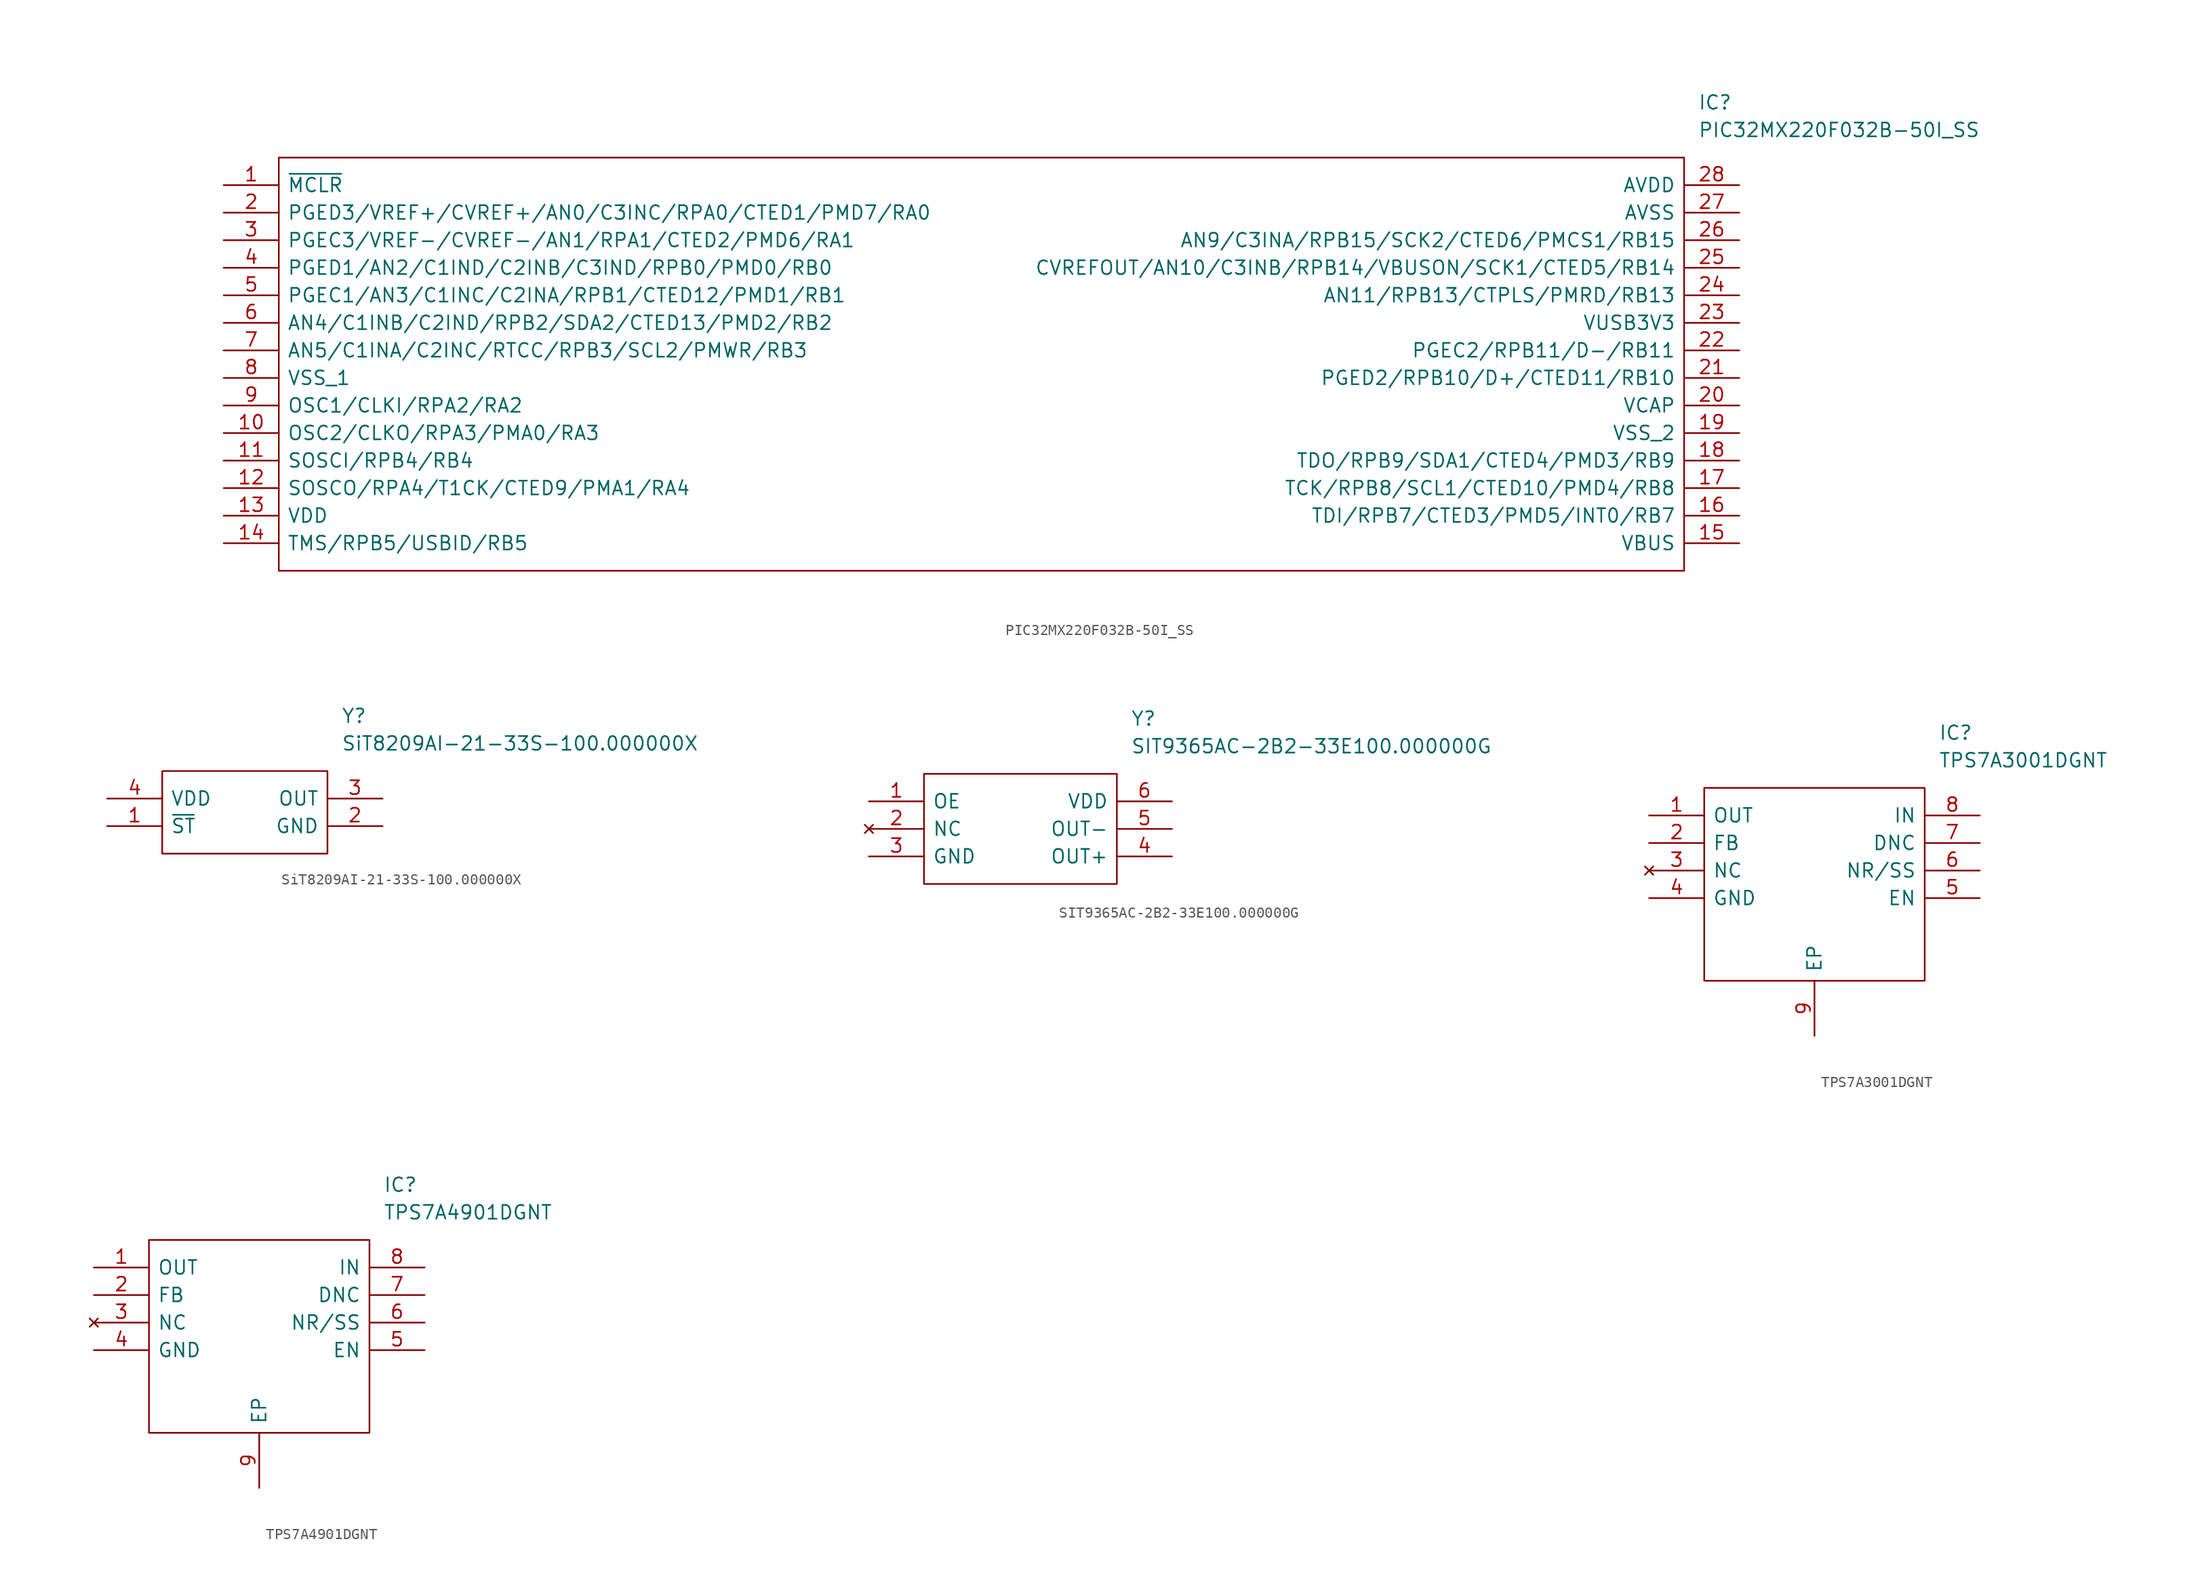
<source format=kicad_sym>
(kicad_symbol_lib
  (version 20211014)
  (generator kicad_symbol_editor)
  (symbol "PIC32MX220F032B-50I_SS"
    (pin_names
      (offset 0.762))
    (property "Reference" "IC"
      (at 135.89 7.62 0)
      (effects (font (size 1.27 1.27)) (justify left)))
    (property "Value" "PIC32MX220F032B-50I_SS"
      (at 135.89 5.08 0)
      (effects (font (size 1.27 1.27)) (justify left)))
    (symbol "PIC32MX220F032B-50I_SS_0_0"
      (pin passive line (at 0 0 0) (length 5.08) (name "~{MCLR}" (effects (font (size 1.27 1.27)))) (number "1" (effects (font (size 1.27 1.27)))))
      (pin output line (at 0 -22.86 0) (length 5.08) (name "OSC2/CLKO/RPA3/PMA0/RA3" (effects (font (size 1.27 1.27)))) (number "10" (effects (font (size 1.27 1.27)))))
      (pin passive line (at 0 -25.4 0) (length 5.08) (name "SOSCI/RPB4/RB4" (effects (font (size 1.27 1.27)))) (number "11" (effects (font (size 1.27 1.27)))))
      (pin passive line (at 0 -27.94 0) (length 5.08) (name "SOSCO/RPA4/T1CK/CTED9/PMA1/RA4" (effects (font (size 1.27 1.27)))) (number "12" (effects (font (size 1.27 1.27)))))
      (pin power_in line (at 0 -30.48 0) (length 5.08) (name "VDD" (effects (font (size 1.27 1.27)))) (number "13" (effects (font (size 1.27 1.27)))))
      (pin passive line (at 0 -33.02 0) (length 5.08) (name "TMS/RPB5/USBID/RB5" (effects (font (size 1.27 1.27)))) (number "14" (effects (font (size 1.27 1.27)))))
      (pin passive line (at 139.7 -33.02 180) (length 5.08) (name "VBUS" (effects (font (size 1.27 1.27)))) (number "15" (effects (font (size 1.27 1.27)))))
      (pin input line (at 139.7 -30.48 180) (length 5.08) (name "TDI/RPB7/CTED3/PMD5/INT0/RB7" (effects (font (size 1.27 1.27)))) (number "16" (effects (font (size 1.27 1.27)))))
      (pin passive line (at 139.7 -27.94 180) (length 5.08) (name "TCK/RPB8/SCL1/CTED10/PMD4/RB8" (effects (font (size 1.27 1.27)))) (number "17" (effects (font (size 1.27 1.27)))))
      (pin passive line (at 139.7 -25.4 180) (length 5.08) (name "TDO/RPB9/SDA1/CTED4/PMD3/RB9" (effects (font (size 1.27 1.27)))) (number "18" (effects (font (size 1.27 1.27)))))
      (pin power_in line (at 139.7 -22.86 180) (length 5.08) (name "VSS_2" (effects (font (size 1.27 1.27)))) (number "19" (effects (font (size 1.27 1.27)))))
      (pin input line (at 0 -2.54 0) (length 5.08) (name "PGED3/VREF+/CVREF+/AN0/C3INC/RPA0/CTED1/PMD7/RA0" (effects (font (size 1.27 1.27)))) (number "2" (effects (font (size 1.27 1.27)))))
      (pin passive line (at 139.7 -20.32 180) (length 5.08) (name "VCAP" (effects (font (size 1.27 1.27)))) (number "20" (effects (font (size 1.27 1.27)))))
      (pin passive line (at 139.7 -17.78 180) (length 5.08) (name "PGED2/RPB10/D+/CTED11/RB10" (effects (font (size 1.27 1.27)))) (number "21" (effects (font (size 1.27 1.27)))))
      (pin passive line (at 139.7 -15.24 180) (length 5.08) (name "PGEC2/RPB11/D-/RB11" (effects (font (size 1.27 1.27)))) (number "22" (effects (font (size 1.27 1.27)))))
      (pin passive line (at 139.7 -12.7 180) (length 5.08) (name "VUSB3V3" (effects (font (size 1.27 1.27)))) (number "23" (effects (font (size 1.27 1.27)))))
      (pin passive line (at 139.7 -10.16 180) (length 5.08) (name "AN11/RPB13/CTPLS/PMRD/RB13" (effects (font (size 1.27 1.27)))) (number "24" (effects (font (size 1.27 1.27)))))
      (pin output line (at 139.7 -7.62 180) (length 5.08) (name "CVREFOUT/AN10/C3INB/RPB14/VBUSON/SCK1/CTED5/RB14" (effects (font (size 1.27 1.27)))) (number "25" (effects (font (size 1.27 1.27)))))
      (pin input line (at 139.7 -5.08 180) (length 5.08) (name "AN9/C3INA/RPB15/SCK2/CTED6/PMCS1/RB15" (effects (font (size 1.27 1.27)))) (number "26" (effects (font (size 1.27 1.27)))))
      (pin power_in line (at 139.7 -2.54 180) (length 5.08) (name "AVSS" (effects (font (size 1.27 1.27)))) (number "27" (effects (font (size 1.27 1.27)))))
      (pin power_in line (at 139.7 0 180) (length 5.08) (name "AVDD" (effects (font (size 1.27 1.27)))) (number "28" (effects (font (size 1.27 1.27)))))
      (pin input line (at 0 -5.08 0) (length 5.08) (name "PGEC3/VREF-/CVREF-/AN1/RPA1/CTED2/PMD6/RA1" (effects (font (size 1.27 1.27)))) (number "3" (effects (font (size 1.27 1.27)))))
      (pin input line (at 0 -7.62 0) (length 5.08) (name "PGED1/AN2/C1IND/C2INB/C3IND/RPB0/PMD0/RB0" (effects (font (size 1.27 1.27)))) (number "4" (effects (font (size 1.27 1.27)))))
      (pin input line (at 0 -10.16 0) (length 5.08) (name "PGEC1/AN3/C1INC/C2INA/RPB1/CTED12/PMD1/RB1" (effects (font (size 1.27 1.27)))) (number "5" (effects (font (size 1.27 1.27)))))
      (pin input line (at 0 -12.7 0) (length 5.08) (name "AN4/C1INB/C2IND/RPB2/SDA2/CTED13/PMD2/RB2" (effects (font (size 1.27 1.27)))) (number "6" (effects (font (size 1.27 1.27)))))
      (pin input line (at 0 -15.24 0) (length 5.08) (name "AN5/C1INA/C2INC/RTCC/RPB3/SCL2/PMWR/RB3" (effects (font (size 1.27 1.27)))) (number "7" (effects (font (size 1.27 1.27)))))
      (pin power_in line (at 0 -17.78 0) (length 5.08) (name "VSS_1" (effects (font (size 1.27 1.27)))) (number "8" (effects (font (size 1.27 1.27)))))
      (pin input line (at 0 -20.32 0) (length 5.08) (name "OSC1/CLKI/RPA2/RA2" (effects (font (size 1.27 1.27)))) (number "9" (effects (font (size 1.27 1.27))))))
    (symbol "PIC32MX220F032B-50I_SS_0_1"
      (polyline (pts (xy 5.08 2.54) (xy 134.62 2.54) (xy 134.62 -35.56) (xy 5.08 -35.56) (xy 5.08 2.54)) (stroke (width 0.152) (type default) (color 0 0 0 0)) (fill (type none)))))
  (symbol "SiT8209AI-21-33S-100.000000X"
    (pin_names
      (offset 0.762))
    (property "Reference" "Y"
      (at 21.59 7.62 0)
      (effects (font (size 1.27 1.27)) (justify left)))
    (property "Value" "SiT8209AI-21-33S-100.000000X"
      (at 21.59 5.08 0)
      (effects (font (size 1.27 1.27)) (justify left)))
    (symbol "SiT8209AI-21-33S-100.000000X_0_0"
      (pin passive line (at 0 -2.54 0) (length 5.08) (name "~{ST}" (effects (font (size 1.27 1.27)))) (number "1" (effects (font (size 1.27 1.27)))))
      (pin passive line (at 25.4 -2.54 180) (length 5.08) (name "GND" (effects (font (size 1.27 1.27)))) (number "2" (effects (font (size 1.27 1.27)))))
      (pin passive line (at 25.4 0 180) (length 5.08) (name "OUT" (effects (font (size 1.27 1.27)))) (number "3" (effects (font (size 1.27 1.27)))))
      (pin passive line (at 0 0 0) (length 5.08) (name "VDD" (effects (font (size 1.27 1.27)))) (number "4" (effects (font (size 1.27 1.27))))))
    (symbol "SiT8209AI-21-33S-100.000000X_0_1"
      (polyline (pts (xy 5.08 2.54) (xy 20.32 2.54) (xy 20.32 -5.08) (xy 5.08 -5.08) (xy 5.08 2.54)) (stroke (width 0.152) (type default) (color 0 0 0 0)) (fill (type none)))))
  (symbol "SIT9365AC-2B2-33E100.000000G"
    (pin_names
      (offset 0.762))
    (property "Reference" "Y"
      (at 24.13 7.62 0)
      (effects (font (size 1.27 1.27)) (justify left)))
    (property "Value" "SIT9365AC-2B2-33E100.000000G"
      (at 24.13 5.08 0)
      (effects (font (size 1.27 1.27)) (justify left)))
    (symbol "SIT9365AC-2B2-33E100.000000G_0_0"
      (pin passive line (at 0 0 0) (length 5.08) (name "OE" (effects (font (size 1.27 1.27)))) (number "1" (effects (font (size 1.27 1.27)))))
      (pin no_connect line (at 0 -2.54 0) (length 5.08) (name "NC" (effects (font (size 1.27 1.27)))) (number "2" (effects (font (size 1.27 1.27)))))
      (pin passive line (at 0 -5.08 0) (length 5.08) (name "GND" (effects (font (size 1.27 1.27)))) (number "3" (effects (font (size 1.27 1.27)))))
      (pin passive line (at 27.94 -5.08 180) (length 5.08) (name "OUT+" (effects (font (size 1.27 1.27)))) (number "4" (effects (font (size 1.27 1.27)))))
      (pin passive line (at 27.94 -2.54 180) (length 5.08) (name "OUT-" (effects (font (size 1.27 1.27)))) (number "5" (effects (font (size 1.27 1.27)))))
      (pin passive line (at 27.94 0 180) (length 5.08) (name "VDD" (effects (font (size 1.27 1.27)))) (number "6" (effects (font (size 1.27 1.27))))))
    (symbol "SIT9365AC-2B2-33E100.000000G_0_1"
      (polyline (pts (xy 5.08 2.54) (xy 22.86 2.54) (xy 22.86 -7.62) (xy 5.08 -7.62) (xy 5.08 2.54)) (stroke (width 0.152) (type default) (color 0 0 0 0)) (fill (type none)))))
  (symbol "TPS7A3001DGNT"
    (pin_names
      (offset 0.762))
    (property "Reference" "IC"
      (at 26.67 7.62 0)
      (effects (font (size 1.27 1.27)) (justify left)))
    (property "Value" "TPS7A3001DGNT"
      (at 26.67 5.08 0)
      (effects (font (size 1.27 1.27)) (justify left)))
    (symbol "TPS7A3001DGNT_0_0"
      (pin power_out line (at 0 0 0) (length 5.08) (name "OUT" (effects (font (size 1.27 1.27)))) (number "1" (effects (font (size 1.27 1.27)))))
      (pin passive line (at 0 -2.54 0) (length 5.08) (name "FB" (effects (font (size 1.27 1.27)))) (number "2" (effects (font (size 1.27 1.27)))))
      (pin no_connect line (at 0 -5.08 0) (length 5.08) (name "NC" (effects (font (size 1.27 1.27)))) (number "3" (effects (font (size 1.27 1.27)))))
      (pin passive line (at 0 -7.62 0) (length 5.08) (name "GND" (effects (font (size 1.27 1.27)))) (number "4" (effects (font (size 1.27 1.27)))))
      (pin passive line (at 30.48 -7.62 180) (length 5.08) (name "EN" (effects (font (size 1.27 1.27)))) (number "5" (effects (font (size 1.27 1.27)))))
      (pin passive line (at 30.48 -5.08 180) (length 5.08) (name "NR/SS" (effects (font (size 1.27 1.27)))) (number "6" (effects (font (size 1.27 1.27)))))
      (pin passive line (at 30.48 -2.54 180) (length 5.08) (name "DNC" (effects (font (size 1.27 1.27)))) (number "7" (effects (font (size 1.27 1.27)))))
      (pin passive line (at 30.48 0 180) (length 5.08) (name "IN" (effects (font (size 1.27 1.27)))) (number "8" (effects (font (size 1.27 1.27)))))
      (pin passive line (at 15.24 -20.32 90) (length 5.08) (name "EP" (effects (font (size 1.27 1.27)))) (number "9" (effects (font (size 1.27 1.27))))))
    (symbol "TPS7A3001DGNT_0_1"
      (polyline (pts (xy 5.08 2.54) (xy 25.4 2.54) (xy 25.4 -15.24) (xy 5.08 -15.24) (xy 5.08 2.54)) (stroke (width 0.152) (type default) (color 0 0 0 0)) (fill (type none)))))
  (symbol "TPS7A4901DGNT"
    (pin_names
      (offset 0.762))
    (property "Reference" "IC"
      (at 26.67 7.62 0)
      (effects (font (size 1.27 1.27)) (justify left)))
    (property "Value" "TPS7A4901DGNT"
      (at 26.67 5.08 0)
      (effects (font (size 1.27 1.27)) (justify left)))
    (symbol "TPS7A4901DGNT_0_0"
      (pin passive line (at 0 0 0) (length 5.08) (name "OUT" (effects (font (size 1.27 1.27)))) (number "1" (effects (font (size 1.27 1.27)))))
      (pin passive line (at 0 -2.54 0) (length 5.08) (name "FB" (effects (font (size 1.27 1.27)))) (number "2" (effects (font (size 1.27 1.27)))))
      (pin no_connect line (at 0 -5.08 0) (length 5.08) (name "NC" (effects (font (size 1.27 1.27)))) (number "3" (effects (font (size 1.27 1.27)))))
      (pin passive line (at 0 -7.62 0) (length 5.08) (name "GND" (effects (font (size 1.27 1.27)))) (number "4" (effects (font (size 1.27 1.27)))))
      (pin passive line (at 30.48 -7.62 180) (length 5.08) (name "EN" (effects (font (size 1.27 1.27)))) (number "5" (effects (font (size 1.27 1.27)))))
      (pin passive line (at 30.48 -5.08 180) (length 5.08) (name "NR/SS" (effects (font (size 1.27 1.27)))) (number "6" (effects (font (size 1.27 1.27)))))
      (pin passive line (at 30.48 -2.54 180) (length 5.08) (name "DNC" (effects (font (size 1.27 1.27)))) (number "7" (effects (font (size 1.27 1.27)))))
      (pin passive line (at 30.48 0 180) (length 5.08) (name "IN" (effects (font (size 1.27 1.27)))) (number "8" (effects (font (size 1.27 1.27)))))
      (pin passive line (at 15.24 -20.32 90) (length 5.08) (name "EP" (effects (font (size 1.27 1.27)))) (number "9" (effects (font (size 1.27 1.27))))))
    (symbol "TPS7A4901DGNT_0_1"
      (polyline (pts (xy 5.08 2.54) (xy 25.4 2.54) (xy 25.4 -15.24) (xy 5.08 -15.24) (xy 5.08 2.54)) (stroke (width 0.152) (type default) (color 0 0 0 0)) (fill (type none))))))
</source>
